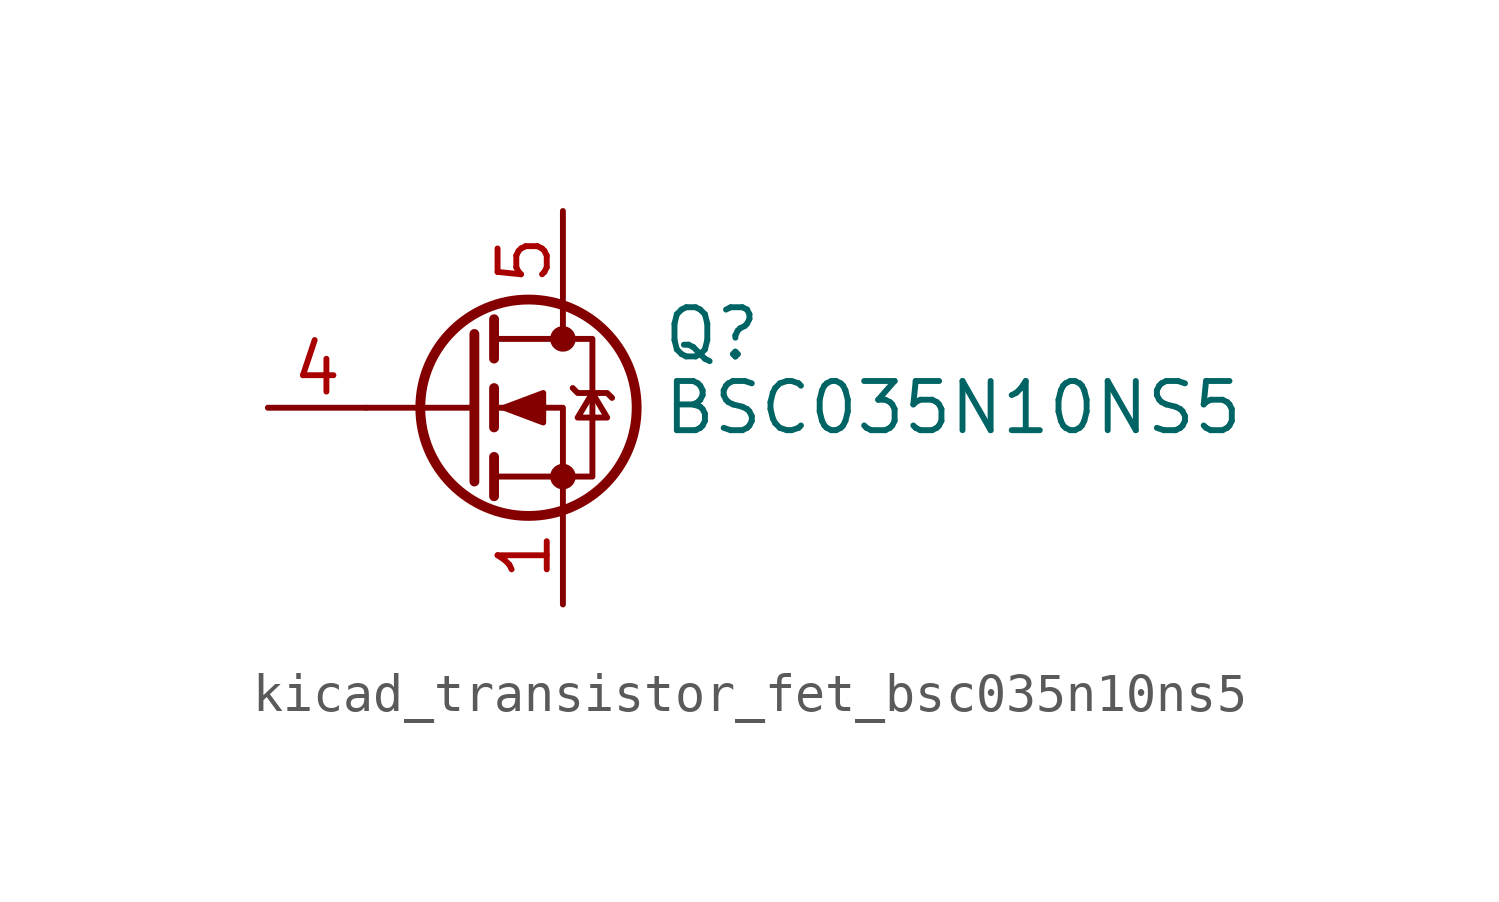
<source format=kicad_sym>
(kicad_symbol_lib
  (version 20220914)
  (generator kicad_symbol_editor)
  (symbol "kicad_transistor_fet_bsc035n10ns5"
    (pin_names hide)
    (property "Reference" "Q"
      (at 5.08 1.905 0)
      (effects (font (size 1.27 1.27)) (justify left)))
    (property "Value" "BSC035N10NS5"
      (at 5.08 0 0)
      (effects (font (size 1.27 1.27)) (justify left)))
    (symbol "kicad_transistor_fet_bsc035n10ns5_0_1"
      (polyline (pts (xy 0.254 0) (xy -2.54 0)) (stroke (width 0) (type default)) (fill (type none)))
      (polyline (pts (xy 0.254 1.905) (xy 0.254 -1.905)) (stroke (width 0.254) (type default)) (fill (type none)))
      (polyline (pts (xy 0.762 -1.27) (xy 0.762 -2.286)) (stroke (width 0.254) (type default)) (fill (type none)))
      (polyline (pts (xy 0.762 0.508) (xy 0.762 -0.508)) (stroke (width 0.254) (type default)) (fill (type none)))
      (polyline (pts (xy 0.762 2.286) (xy 0.762 1.27)) (stroke (width 0.254) (type default)) (fill (type none)))
      (polyline (pts (xy 2.54 2.54) (xy 2.54 1.778)) (stroke (width 0) (type default)) (fill (type none)))
      (polyline (pts (xy 2.54 -2.54) (xy 2.54 0) (xy 0.762 0)) (stroke (width 0) (type default)) (fill (type none)))
      (polyline (pts (xy 0.762 -1.778) (xy 3.302 -1.778) (xy 3.302 1.778) (xy 0.762 1.778)) (stroke (width 0) (type default)) (fill (type none)))
      (polyline (pts (xy 1.016 0) (xy 2.032 0.381) (xy 2.032 -0.381) (xy 1.016 0)) (stroke (width 0) (type default)) (fill (type outline)))
      (polyline (pts (xy 2.794 0.508) (xy 2.921 0.381) (xy 3.683 0.381) (xy 3.81 0.254)) (stroke (width 0) (type default)) (fill (type none)))
      (polyline (pts (xy 3.302 0.381) (xy 2.921 -0.254) (xy 3.683 -0.254) (xy 3.302 0.381)) (stroke (width 0) (type default)) (fill (type none)))
      (circle (center 1.651 0) (radius 2.794) (stroke (width 0.254) (type default)) (fill (type none)))
      (circle (center 2.54 -1.778) (radius 0.254) (stroke (width 0) (type default)) (fill (type outline)))
      (circle (center 2.54 1.778) (radius 0.254) (stroke (width 0) (type default)) (fill (type outline))))
    (symbol "kicad_transistor_fet_bsc035n10ns5_1_1"
      (pin passive line (at 2.54 -5.08 90) (length 2.54) (name "S" (effects (font (size 1.27 1.27)))) (number "1" (effects (font (size 1.27 1.27)))))
      (pin passive line (at 2.54 -5.08 90) (length 2.54) hide (name "S" (effects (font (size 1.27 1.27)))) (number "2" (effects (font (size 1.27 1.27)))))
      (pin passive line (at 2.54 -5.08 90) (length 2.54) hide (name "S" (effects (font (size 1.27 1.27)))) (number "3" (effects (font (size 1.27 1.27)))))
      (pin passive line (at -5.08 0 0) (length 2.54) (name "G" (effects (font (size 1.27 1.27)))) (number "4" (effects (font (size 1.27 1.27)))))
      (pin passive line (at 2.54 5.08 270) (length 2.54) (name "D" (effects (font (size 1.27 1.27)))) (number "5" (effects (font (size 1.27 1.27))))))))
</source>
